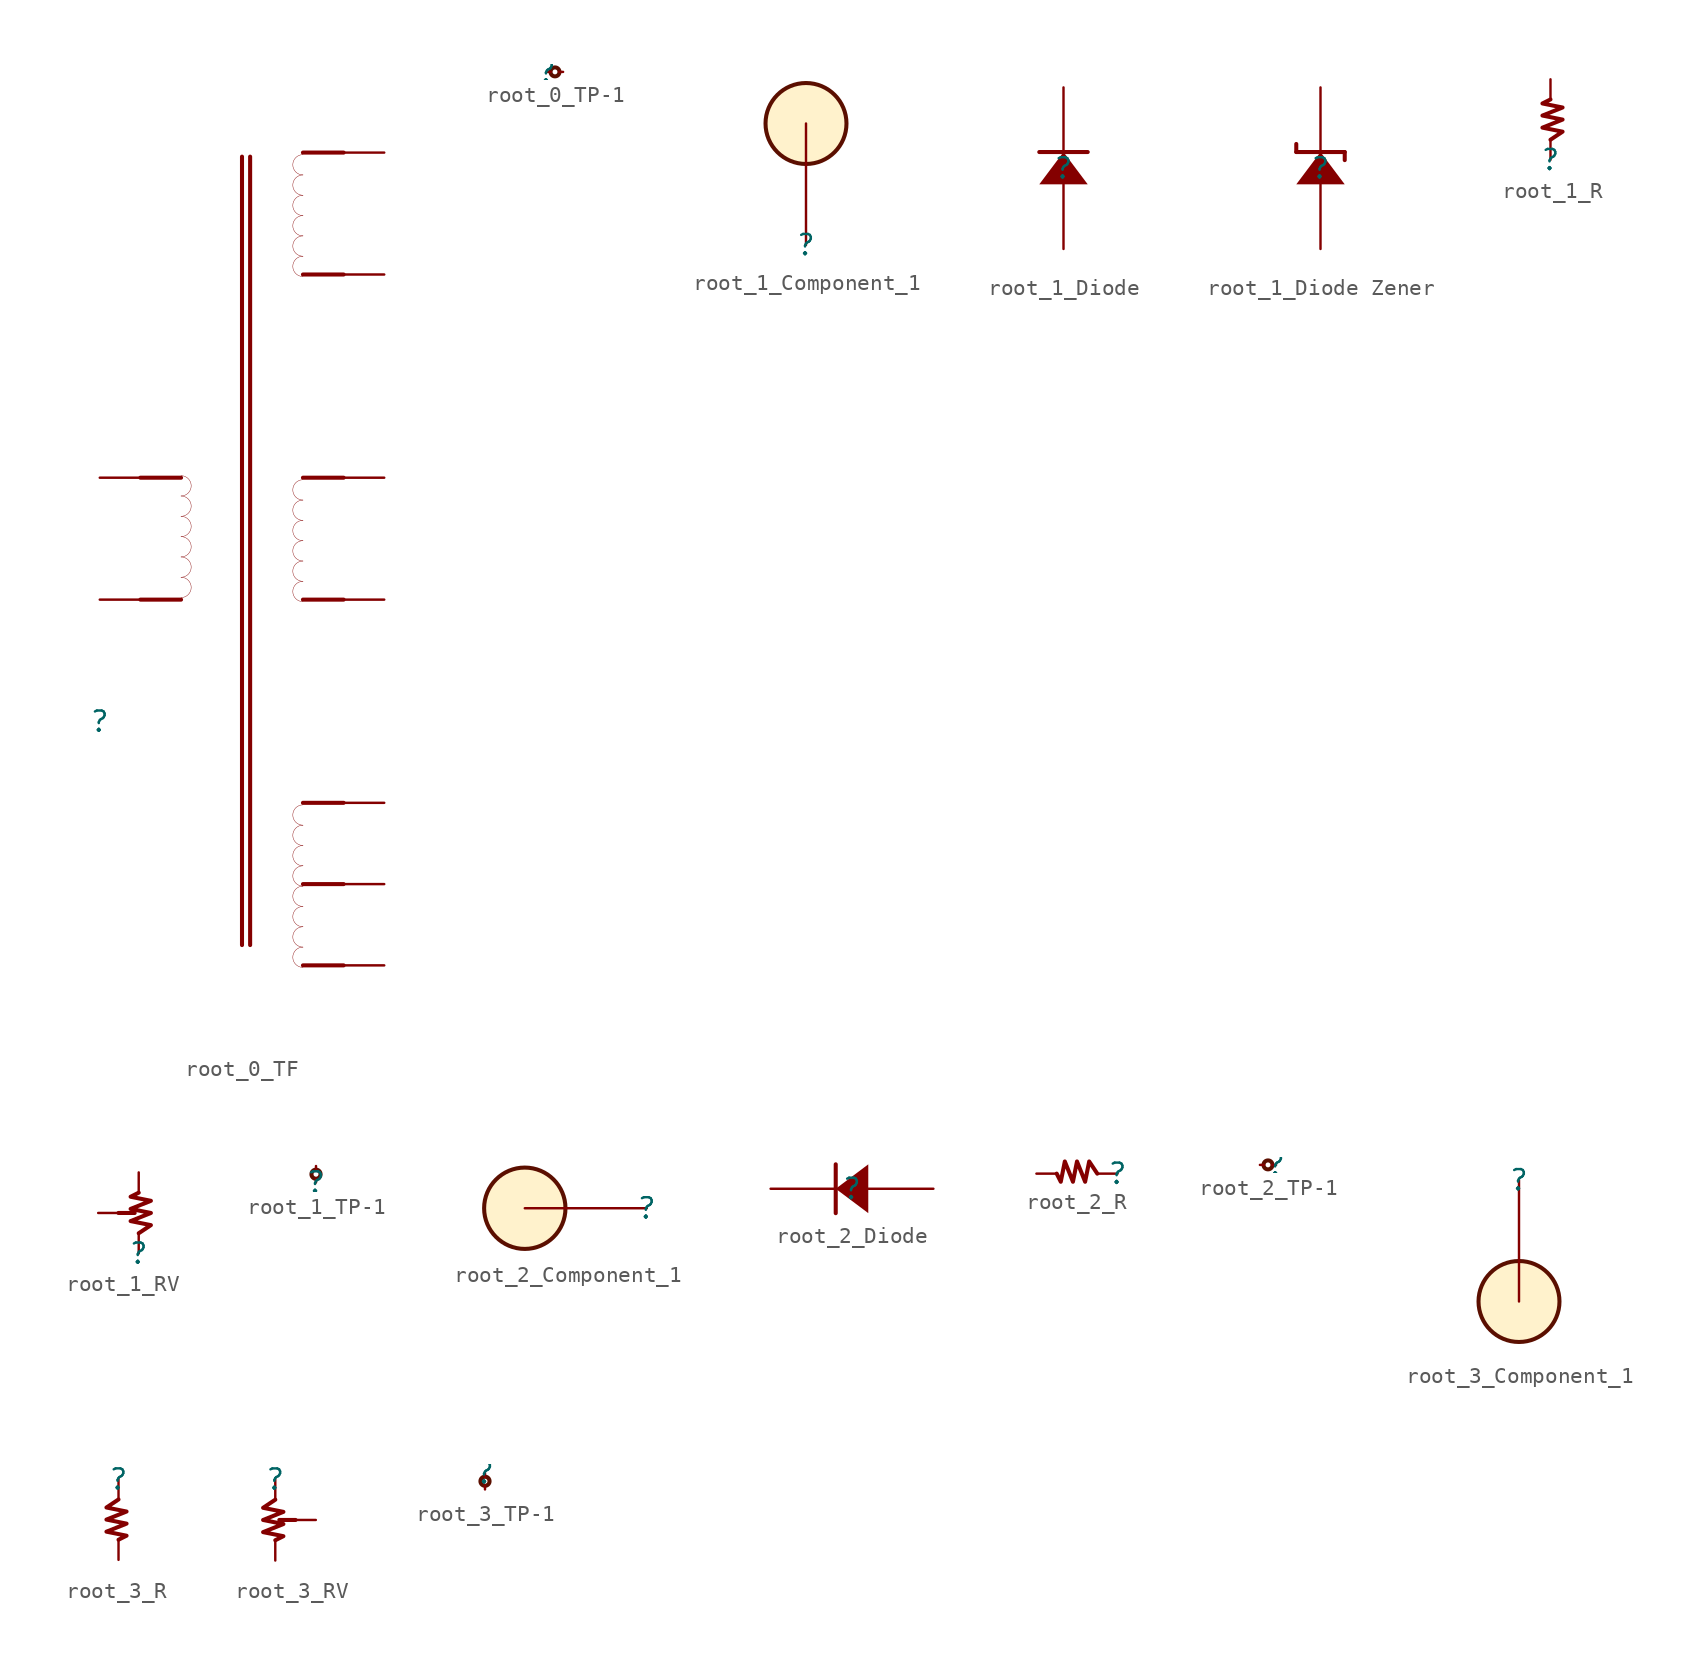
<source format=kicad_sym>
(kicad_symbol_lib
  (version 20231120)
  (generator "kicad_symbol_editor")
  (generator_version "8.0")
  (symbol "root_0_TF"
    (property "Reference" ""
      (at 0 0 0)
      (effects (font (size 1.27 1.27))))
    (property "Value" ""
      (at 0 0 0)
      (effects (font (size 1.27 1.27))))
    (symbol "root_0_TF_1_0"
      (polyline (pts (xy 2.54 7.62) (xy 5.08 7.62)) (stroke (width 0.254) (type solid)) (fill (type none)))
      (polyline (pts (xy 2.54 15.24) (xy 5.08 15.24)) (stroke (width 0.254) (type solid)) (fill (type none)))
      (polyline (pts (xy 8.89 35.306) (xy 8.89 -13.97)) (stroke (width 0.254) (type solid)) (fill (type none)))
      (polyline (pts (xy 9.398 35.306) (xy 9.398 -13.97)) (stroke (width 0.254) (type solid)) (fill (type none)))
      (polyline (pts (xy 15.24 -15.24) (xy 12.7 -15.24)) (stroke (width 0.254) (type solid)) (fill (type none)))
      (polyline (pts (xy 15.24 -10.16) (xy 12.7 -10.16)) (stroke (width 0.254) (type solid)) (fill (type none)))
      (polyline (pts (xy 15.24 -5.08) (xy 12.7 -5.08)) (stroke (width 0.254) (type solid)) (fill (type none)))
      (polyline (pts (xy 15.24 7.62) (xy 12.7 7.62)) (stroke (width 0.254) (type solid)) (fill (type none)))
      (polyline (pts (xy 15.24 15.24) (xy 12.7 15.24)) (stroke (width 0.254) (type solid)) (fill (type none)))
      (polyline (pts (xy 15.24 27.94) (xy 12.7 27.94)) (stroke (width 0.254) (type solid)) (fill (type none)))
      (polyline (pts (xy 15.24 35.56) (xy 12.7 35.56)) (stroke (width 0.254) (type solid)) (fill (type none)))
      (arc (start 5.08 7.747) (mid 5.715 8.382) (end 5.08 9.017) (stroke (width 0.0254) (type solid)) (fill (type none)))
      (arc (start 5.08 9.017) (mid 5.715 9.652) (end 5.08 10.287) (stroke (width 0.0254) (type solid)) (fill (type none)))
      (arc (start 5.08 10.287) (mid 5.715 10.922) (end 5.08 11.557) (stroke (width 0.0254) (type solid)) (fill (type none)))
      (arc (start 5.08 11.557) (mid 5.715 12.192) (end 5.08 12.827) (stroke (width 0.0254) (type solid)) (fill (type none)))
      (arc (start 5.08 12.827) (mid 5.715 13.462) (end 5.08 14.097) (stroke (width 0.0254) (type solid)) (fill (type none)))
      (arc (start 5.08 14.097) (mid 5.715 14.732) (end 5.08 15.367) (stroke (width 0.0254) (type solid)) (fill (type none)))
      (arc (start 12.7 -14.097) (mid 12.065 -14.732) (end 12.7 -15.367) (stroke (width 0.0254) (type solid)) (fill (type none)))
      (arc (start 12.7 -12.827) (mid 12.065 -13.462) (end 12.7 -14.097) (stroke (width 0.0254) (type solid)) (fill (type none)))
      (arc (start 12.7 -11.557) (mid 12.065 -12.192) (end 12.7 -12.827) (stroke (width 0.0254) (type solid)) (fill (type none)))
      (arc (start 12.7 -10.287) (mid 12.065 -10.922) (end 12.7 -11.557) (stroke (width 0.0254) (type solid)) (fill (type none)))
      (arc (start 12.7 -9.017) (mid 12.065 -9.652) (end 12.7 -10.287) (stroke (width 0.0254) (type solid)) (fill (type none)))
      (arc (start 12.7 -7.747) (mid 12.065 -8.382) (end 12.7 -9.017) (stroke (width 0.0254) (type solid)) (fill (type none)))
      (arc (start 12.7 -6.477) (mid 12.065 -7.112) (end 12.7 -7.747) (stroke (width 0.0254) (type solid)) (fill (type none)))
      (arc (start 12.7 -5.207) (mid 12.065 -5.842) (end 12.7 -6.477) (stroke (width 0.0254) (type solid)) (fill (type none)))
      (arc (start 12.7 8.763) (mid 12.065 8.128) (end 12.7 7.493) (stroke (width 0.0254) (type solid)) (fill (type none)))
      (arc (start 12.7 10.033) (mid 12.065 9.398) (end 12.7 8.763) (stroke (width 0.0254) (type solid)) (fill (type none)))
      (arc (start 12.7 11.303) (mid 12.065 10.668) (end 12.7 10.033) (stroke (width 0.0254) (type solid)) (fill (type none)))
      (arc (start 12.7 12.573) (mid 12.065 11.938) (end 12.7 11.303) (stroke (width 0.0254) (type solid)) (fill (type none)))
      (arc (start 12.7 13.843) (mid 12.065 13.208) (end 12.7 12.573) (stroke (width 0.0254) (type solid)) (fill (type none)))
      (arc (start 12.7 15.113) (mid 12.065 14.478) (end 12.7 13.843) (stroke (width 0.0254) (type solid)) (fill (type none)))
      (arc (start 12.7 29.083) (mid 12.065 28.448) (end 12.7 27.813) (stroke (width 0.0254) (type solid)) (fill (type none)))
      (arc (start 12.7 30.353) (mid 12.065 29.718) (end 12.7 29.083) (stroke (width 0.0254) (type solid)) (fill (type none)))
      (arc (start 12.7 31.623) (mid 12.065 30.988) (end 12.7 30.353) (stroke (width 0.0254) (type solid)) (fill (type none)))
      (arc (start 12.7 32.893) (mid 12.065 32.258) (end 12.7 31.623) (stroke (width 0.0254) (type solid)) (fill (type none)))
      (arc (start 12.7 34.163) (mid 12.065 33.528) (end 12.7 32.893) (stroke (width 0.0254) (type solid)) (fill (type none)))
      (arc (start 12.7 35.433) (mid 12.065 34.798) (end 12.7 34.163) (stroke (width 0.0254) (type solid)) (fill (type none)))
      (pin passive line (at 0 15.24 0) (length 2.54) (name "7" (effects (font (size 0 0)))) (number "7" (effects (font (size 0 0)))))
      (pin passive line (at 17.78 -15.24 180) (length 2.54) (name "7" (effects (font (size 0 0)))) (number "7" (effects (font (size 0 0)))))
      (pin passive line (at 17.78 7.62 180) (length 2.54) (name "7" (effects (font (size 0 0)))) (number "7" (effects (font (size 0 0)))))
      (pin passive line (at 17.78 27.94 180) (length 2.54) (name "7" (effects (font (size 0 0)))) (number "7" (effects (font (size 0 0)))))
      (pin passive line (at 0 7.62 0) (length 2.54) (name "8" (effects (font (size 0 0)))) (number "8" (effects (font (size 0 0)))))
      (pin passive line (at 17.78 -10.16 180) (length 2.54) (name "8" (effects (font (size 0 0)))) (number "8" (effects (font (size 0 0)))))
      (pin passive line (at 17.78 -5.08 180) (length 2.54) (name "8" (effects (font (size 0 0)))) (number "8" (effects (font (size 0 0)))))
      (pin passive line (at 17.78 15.24 180) (length 2.54) (name "8" (effects (font (size 0 0)))) (number "8" (effects (font (size 0 0)))))
      (pin passive line (at 17.78 35.56 180) (length 2.54) (name "8" (effects (font (size 0 0)))) (number "8" (effects (font (size 0 0)))))))
  (symbol "root_0_TP-1"
    (property "Reference" ""
      (at 0 0 0)
      (effects (font (size 1.27 1.27))))
    (property "Value" ""
      (at 0 0 0)
      (effects (font (size 1.27 1.27))))
    (symbol "root_0_TP-1_1_0"
      (circle (center 0.508 0) (radius 0.281) (stroke (width 0.254) (type solid) (color 91 15 0 1)) (fill (type none)))
      (pin passive line (at 0 0 0) (length 0.254) (name "18" (effects (font (size 0 0)))) (number "18" (effects (font (size 0 0)))))
      (pin passive line (at 1.016 0 180) (length 0.254) (name "19" (effects (font (size 0 0)))) (number "19" (effects (font (size 0 0)))))))
  (symbol "root_1_Component_1"
    (property "Reference" ""
      (at 0 0 0)
      (effects (font (size 1.27 1.27))))
    (property "Value" ""
      (at 0 0 0)
      (effects (font (size 1.27 1.27))))
    (symbol "root_1_Component_1_1_0"
      (circle (center 0 7.62) (radius 2.54) (stroke (width 0.254) (type solid) (color 91 15 0 1)) (fill (type color) (color 255 242 204 1)))
      (pin passive line (at 0 0 90) (length 7.62) (name "0" (effects (font (size 0 0)))) (number "0" (effects (font (size 0 0)))))))
  (symbol "root_1_Diode"
    (property "Reference" ""
      (at 0 0 0)
      (effects (font (size 1.27 1.27))))
    (property "Value" ""
      (at 0 0 0)
      (effects (font (size 1.27 1.27))))
    (symbol "root_1_Diode_1_0"
      (polyline (pts (xy -1.524 1.016) (xy 1.524 1.016)) (stroke (width 0.254) (type solid)) (fill (type none)))
      (polyline (pts (xy 0 1.016) (xy -1.524 -1.016) (xy 1.524 -1.016) (xy 0 1.016) (xy 0 1.016)) (stroke (width -0.0001) (type solid)) (fill (type outline)))
      (pin passive line (at 0 -5.08 90) (length 4.064) (name "1" (effects (font (size 0 0)))) (number "1" (effects (font (size 0 0)))))
      (pin passive line (at 0 5.08 270) (length 4.064) (name "2" (effects (font (size 0 0)))) (number "2" (effects (font (size 0 0)))))))
  (symbol "root_1_Diode Zener"
    (property "Reference" ""
      (at 0 0 0)
      (effects (font (size 1.27 1.27))))
    (property "Value" ""
      (at 0 0 0)
      (effects (font (size 1.27 1.27))))
    (symbol "root_1_Diode Zener_1_0"
      (polyline (pts (xy -1.524 1.016) (xy -1.524 1.524)) (stroke (width 0.254) (type solid)) (fill (type none)))
      (polyline (pts (xy -1.524 1.016) (xy 1.524 1.016)) (stroke (width 0.254) (type solid)) (fill (type none)))
      (polyline (pts (xy 1.524 1.016) (xy 1.524 0.508)) (stroke (width 0.254) (type solid)) (fill (type none)))
      (polyline (pts (xy 0 1.016) (xy -1.524 -1.016) (xy 1.524 -1.016) (xy 0 1.016) (xy 0 1.016)) (stroke (width -0.0001) (type solid)) (fill (type outline)))
      (pin passive line (at 0 -5.08 90) (length 4.064) (name "1" (effects (font (size 0 0)))) (number "1" (effects (font (size 0 0)))))
      (pin passive line (at 0 5.08 270) (length 4.064) (name "2" (effects (font (size 0 0)))) (number "2" (effects (font (size 0 0)))))))
  (symbol "root_1_R"
    (property "Reference" ""
      (at 0 0 0)
      (effects (font (size 1.27 1.27))))
    (property "Value" ""
      (at 0 0 0)
      (effects (font (size 1.27 1.27))))
    (symbol "root_1_R_1_0"
      (polyline (pts (xy 0 1.27) (xy 0.762 1.778) (xy -0.508 2.032) (xy 0.762 2.54) (xy -0.508 2.794) (xy 0.762 3.302) (xy -0.508 3.556) (xy 0 3.81)) (stroke (width 0.254) (type solid)) (fill (type none)))
      (pin passive line (at 0 0 90) (length 1.27) (name "12" (effects (font (size 0 0)))) (number "12" (effects (font (size 0 0)))))
      (pin passive line (at 0 5.08 270) (length 1.27) (name "13" (effects (font (size 0 0)))) (number "13" (effects (font (size 0 0)))))))
  (symbol "root_1_RV"
    (property "Reference" ""
      (at 0 0 0)
      (effects (font (size 1.27 1.27))))
    (property "Value" ""
      (at 0 0 0)
      (effects (font (size 1.27 1.27))))
    (symbol "root_1_RV_1_0"
      (polyline (pts (xy -1.27 2.54) (xy -0.254 2.54)) (stroke (width 0.254) (type solid)) (fill (type none)))
      (polyline (pts (xy 0 1.27) (xy 0.762 1.778) (xy -0.508 2.032) (xy 0.762 2.54) (xy -0.508 2.794) (xy 0.762 3.302) (xy -0.508 3.556) (xy 0 3.81)) (stroke (width 0.254) (type solid)) (fill (type none)))
      (pin passive line (at 0 0 90) (length 1.27) (name "12" (effects (font (size 0 0)))) (number "12" (effects (font (size 0 0)))))
      (pin passive line (at -2.54 2.54 0) (length 1.27) (name "13" (effects (font (size 0 0)))) (number "13" (effects (font (size 0 0)))))
      (pin passive line (at 0 5.08 270) (length 1.27) (name "13" (effects (font (size 0 0)))) (number "13" (effects (font (size 0 0)))))))
  (symbol "root_1_TP-1"
    (property "Reference" ""
      (at 0 0 0)
      (effects (font (size 1.27 1.27))))
    (property "Value" ""
      (at 0 0 0)
      (effects (font (size 1.27 1.27))))
    (symbol "root_1_TP-1_1_0"
      (circle (center 0 0.508) (radius 0.281) (stroke (width 0.254) (type solid) (color 91 15 0 1)) (fill (type none)))
      (pin passive line (at 0 0 90) (length 0.254) (name "18" (effects (font (size 0 0)))) (number "18" (effects (font (size 0 0)))))
      (pin passive line (at 0 1.016 270) (length 0.254) (name "19" (effects (font (size 0 0)))) (number "19" (effects (font (size 0 0)))))))
  (symbol "root_2_Component_1"
    (property "Reference" ""
      (at 0 0 0)
      (effects (font (size 1.27 1.27))))
    (property "Value" ""
      (at 0 0 0)
      (effects (font (size 1.27 1.27))))
    (symbol "root_2_Component_1_1_0"
      (circle (center -7.62 0) (radius 2.54) (stroke (width 0.254) (type solid) (color 91 15 0 1)) (fill (type color) (color 255 242 204 1)))
      (pin passive line (at 0 0 180) (length 7.62) (name "0" (effects (font (size 0 0)))) (number "0" (effects (font (size 0 0)))))))
  (symbol "root_2_Diode"
    (property "Reference" ""
      (at 0 0 0)
      (effects (font (size 1.27 1.27))))
    (property "Value" ""
      (at 0 0 0)
      (effects (font (size 1.27 1.27))))
    (symbol "root_2_Diode_1_0"
      (polyline (pts (xy -1.016 -1.524) (xy -1.016 1.524)) (stroke (width 0.254) (type solid)) (fill (type none)))
      (polyline (pts (xy -1.016 0) (xy 1.016 -1.524) (xy 1.016 1.524) (xy -1.016 0) (xy -1.016 0)) (stroke (width -0.0001) (type solid)) (fill (type outline)))
      (pin passive line (at 5.08 0 180) (length 4.064) (name "1" (effects (font (size 0 0)))) (number "1" (effects (font (size 0 0)))))
      (pin passive line (at -5.08 0 0) (length 4.064) (name "2" (effects (font (size 0 0)))) (number "2" (effects (font (size 0 0)))))))
  (symbol "root_2_R"
    (property "Reference" ""
      (at 0 0 0)
      (effects (font (size 1.27 1.27))))
    (property "Value" ""
      (at 0 0 0)
      (effects (font (size 1.27 1.27))))
    (symbol "root_2_R_1_0"
      (polyline (pts (xy -1.27 0) (xy -1.778 0.762) (xy -2.032 -0.508) (xy -2.54 0.762) (xy -2.794 -0.508) (xy -3.302 0.762) (xy -3.556 -0.508) (xy -3.81 0)) (stroke (width 0.254) (type solid)) (fill (type none)))
      (pin passive line (at 0 0 180) (length 1.27) (name "12" (effects (font (size 0 0)))) (number "12" (effects (font (size 0 0)))))
      (pin passive line (at -5.08 0 0) (length 1.27) (name "13" (effects (font (size 0 0)))) (number "13" (effects (font (size 0 0)))))))
  (symbol "root_2_TP-1"
    (property "Reference" ""
      (at 0 0 0)
      (effects (font (size 1.27 1.27))))
    (property "Value" ""
      (at 0 0 0)
      (effects (font (size 1.27 1.27))))
    (symbol "root_2_TP-1_1_0"
      (circle (center -0.508 0) (radius 0.281) (stroke (width 0.254) (type solid) (color 91 15 0 1)) (fill (type none)))
      (pin passive line (at 0 0 180) (length 0.254) (name "18" (effects (font (size 0 0)))) (number "18" (effects (font (size 0 0)))))
      (pin passive line (at -1.016 0 0) (length 0.254) (name "19" (effects (font (size 0 0)))) (number "19" (effects (font (size 0 0)))))))
  (symbol "root_3_Component_1"
    (property "Reference" ""
      (at 0 0 0)
      (effects (font (size 1.27 1.27))))
    (property "Value" ""
      (at 0 0 0)
      (effects (font (size 1.27 1.27))))
    (symbol "root_3_Component_1_1_0"
      (circle (center 0 -7.62) (radius 2.54) (stroke (width 0.254) (type solid) (color 91 15 0 1)) (fill (type color) (color 255 242 204 1)))
      (pin passive line (at 0 0 270) (length 7.62) (name "0" (effects (font (size 0 0)))) (number "0" (effects (font (size 0 0)))))))
  (symbol "root_3_R"
    (property "Reference" ""
      (at 0 0 0)
      (effects (font (size 1.27 1.27))))
    (property "Value" ""
      (at 0 0 0)
      (effects (font (size 1.27 1.27))))
    (symbol "root_3_R_1_0"
      (polyline (pts (xy 0 -1.27) (xy -0.762 -1.778) (xy 0.508 -2.032) (xy -0.762 -2.54) (xy 0.508 -2.794) (xy -0.762 -3.302) (xy 0.508 -3.556) (xy 0 -3.81)) (stroke (width 0.254) (type solid)) (fill (type none)))
      (pin passive line (at 0 0 270) (length 1.27) (name "12" (effects (font (size 0 0)))) (number "12" (effects (font (size 0 0)))))
      (pin passive line (at 0 -5.08 90) (length 1.27) (name "13" (effects (font (size 0 0)))) (number "13" (effects (font (size 0 0)))))))
  (symbol "root_3_RV"
    (property "Reference" ""
      (at 0 0 0)
      (effects (font (size 1.27 1.27))))
    (property "Value" ""
      (at 0 0 0)
      (effects (font (size 1.27 1.27))))
    (symbol "root_3_RV_1_0"
      (polyline (pts (xy 1.27 -2.54) (xy 0.254 -2.54)) (stroke (width 0.254) (type solid)) (fill (type none)))
      (polyline (pts (xy 0 -1.27) (xy -0.762 -1.778) (xy 0.508 -2.032) (xy -0.762 -2.54) (xy 0.508 -2.794) (xy -0.762 -3.302) (xy 0.508 -3.556) (xy 0 -3.81)) (stroke (width 0.254) (type solid)) (fill (type none)))
      (pin passive line (at 0 0 270) (length 1.27) (name "12" (effects (font (size 0 0)))) (number "12" (effects (font (size 0 0)))))
      (pin passive line (at 0 -5.08 90) (length 1.27) (name "13" (effects (font (size 0 0)))) (number "13" (effects (font (size 0 0)))))
      (pin passive line (at 2.54 -2.54 180) (length 1.27) (name "13" (effects (font (size 0 0)))) (number "13" (effects (font (size 0 0)))))))
  (symbol "root_3_TP-1"
    (property "Reference" ""
      (at 0 0 0)
      (effects (font (size 1.27 1.27))))
    (property "Value" ""
      (at 0 0 0)
      (effects (font (size 1.27 1.27))))
    (symbol "root_3_TP-1_1_0"
      (circle (center 0 -0.508) (radius 0.281) (stroke (width 0.254) (type solid) (color 91 15 0 1)) (fill (type none)))
      (pin passive line (at 0 0 270) (length 0.254) (name "18" (effects (font (size 0 0)))) (number "18" (effects (font (size 0 0)))))
      (pin passive line (at 0 -1.016 90) (length 0.254) (name "19" (effects (font (size 0 0)))) (number "19" (effects (font (size 0 0))))))))
</source>
